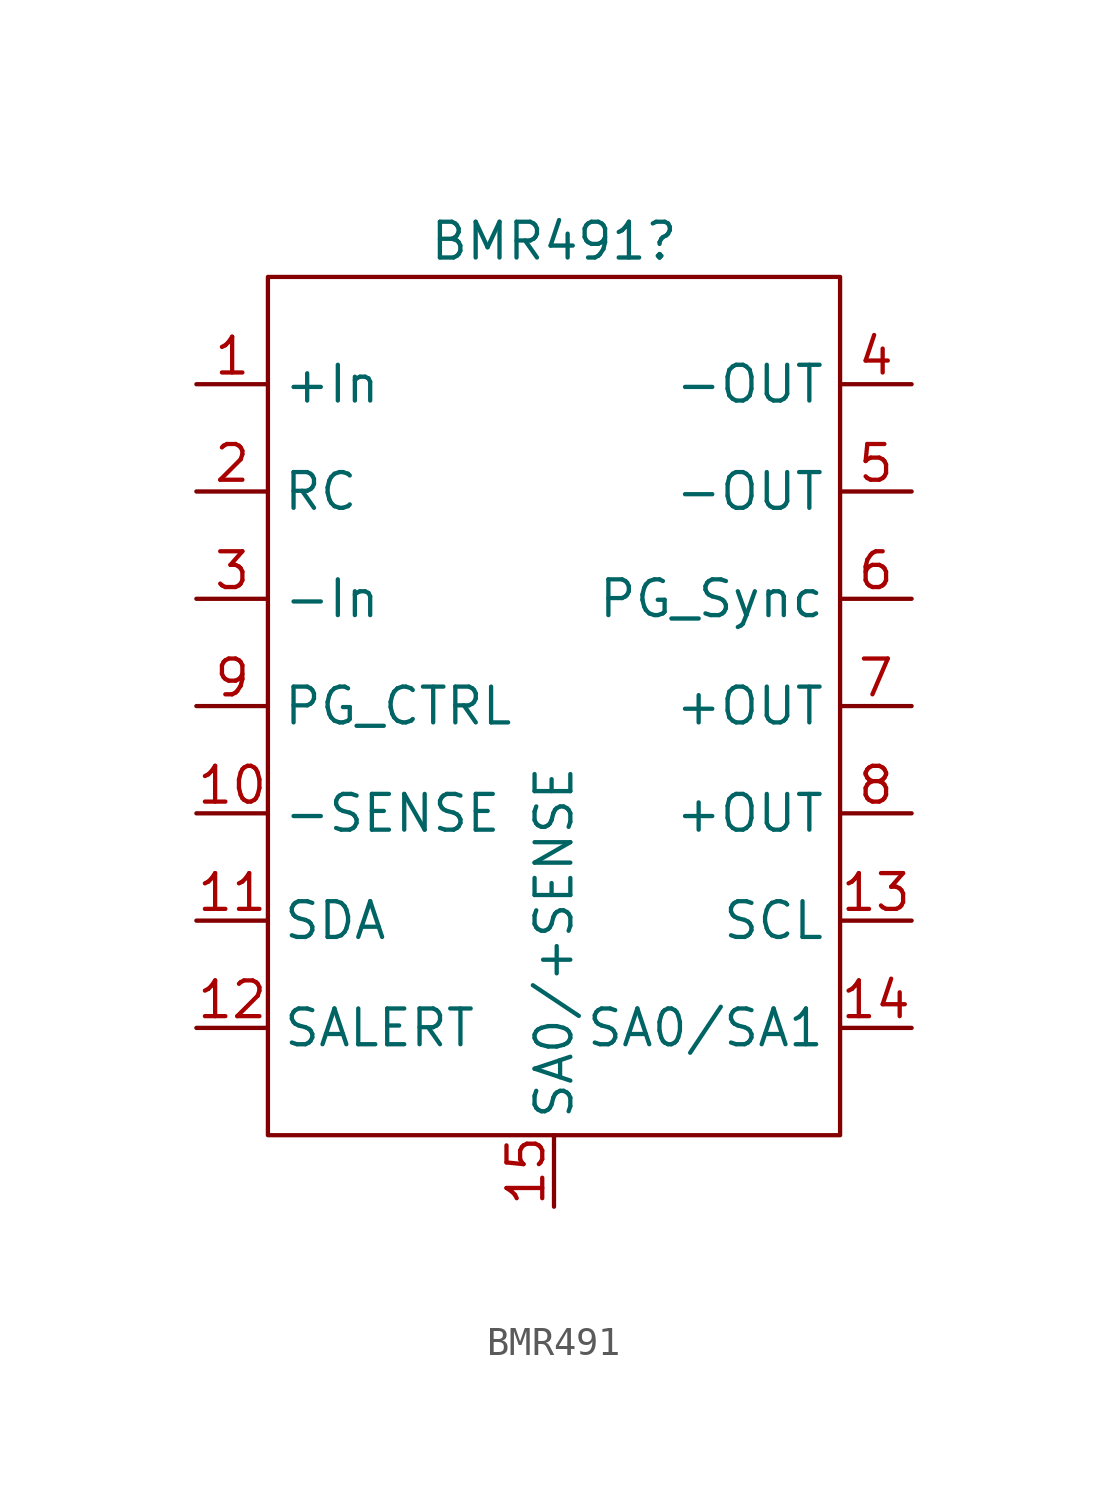
<source format=kicad_sym>
(kicad_symbol_lib
  (version 20220914)
  (generator kicad_symbol_editor)
  (symbol "BMR491"
    (property "Reference" "BMR491"
      (at 0 3.81 0)
      (effects (font (size 1.27 1.27))))
    (property "Value" ""
      (at 0 0 0)
      (effects (font (size 1.27 1.27))))
    (symbol "BMR491_0_1"
      (rectangle (start -10.16 2.54) (end 10.16 -27.94) (stroke (width 0) (type default)) (fill (type none))))
    (symbol "BMR491_1_1"
      (pin input line (at -12.7 -1.27 0) (length 2.54) (name "+In" (effects (font (size 1.27 1.27)))) (number "1" (effects (font (size 1.27 1.27)))))
      (pin input line (at -12.7 -16.51 0) (length 2.54) (name "-SENSE" (effects (font (size 1.27 1.27)))) (number "10" (effects (font (size 1.27 1.27)))))
      (pin input line (at -12.7 -20.32 0) (length 2.54) (name "SDA" (effects (font (size 1.27 1.27)))) (number "11" (effects (font (size 1.27 1.27)))))
      (pin input line (at -12.7 -24.13 0) (length 2.54) (name "SALERT" (effects (font (size 1.27 1.27)))) (number "12" (effects (font (size 1.27 1.27)))))
      (pin input line (at 12.7 -20.32 180) (length 2.54) (name "SCL" (effects (font (size 1.27 1.27)))) (number "13" (effects (font (size 1.27 1.27)))))
      (pin input line (at 12.7 -24.13 180) (length 2.54) (name "SA0/SA1" (effects (font (size 1.27 1.27)))) (number "14" (effects (font (size 1.27 1.27)))))
      (pin input line (at 0 -30.48 90) (length 2.54) (name "SA0/+SENSE" (effects (font (size 1.27 1.27)))) (number "15" (effects (font (size 1.27 1.27)))))
      (pin input line (at -12.7 -5.08 0) (length 2.54) (name "RC" (effects (font (size 1.27 1.27)))) (number "2" (effects (font (size 1.27 1.27)))))
      (pin input line (at -12.7 -8.89 0) (length 2.54) (name "-In" (effects (font (size 1.27 1.27)))) (number "3" (effects (font (size 1.27 1.27)))))
      (pin input line (at 12.7 -1.27 180) (length 2.54) (name "-OUT" (effects (font (size 1.27 1.27)))) (number "4" (effects (font (size 1.27 1.27)))))
      (pin input line (at 12.7 -5.08 180) (length 2.54) (name "-OUT" (effects (font (size 1.27 1.27)))) (number "5" (effects (font (size 1.27 1.27)))))
      (pin input line (at 12.7 -8.89 180) (length 2.54) (name "PG_Sync" (effects (font (size 1.27 1.27)))) (number "6" (effects (font (size 1.27 1.27)))))
      (pin input line (at 12.7 -12.7 180) (length 2.54) (name "+OUT" (effects (font (size 1.27 1.27)))) (number "7" (effects (font (size 1.27 1.27)))))
      (pin input line (at 12.7 -16.51 180) (length 2.54) (name "+OUT" (effects (font (size 1.27 1.27)))) (number "8" (effects (font (size 1.27 1.27)))))
      (pin input line (at -12.7 -12.7 0) (length 2.54) (name "PG_CTRL" (effects (font (size 1.27 1.27)))) (number "9" (effects (font (size 1.27 1.27))))))))
</source>
